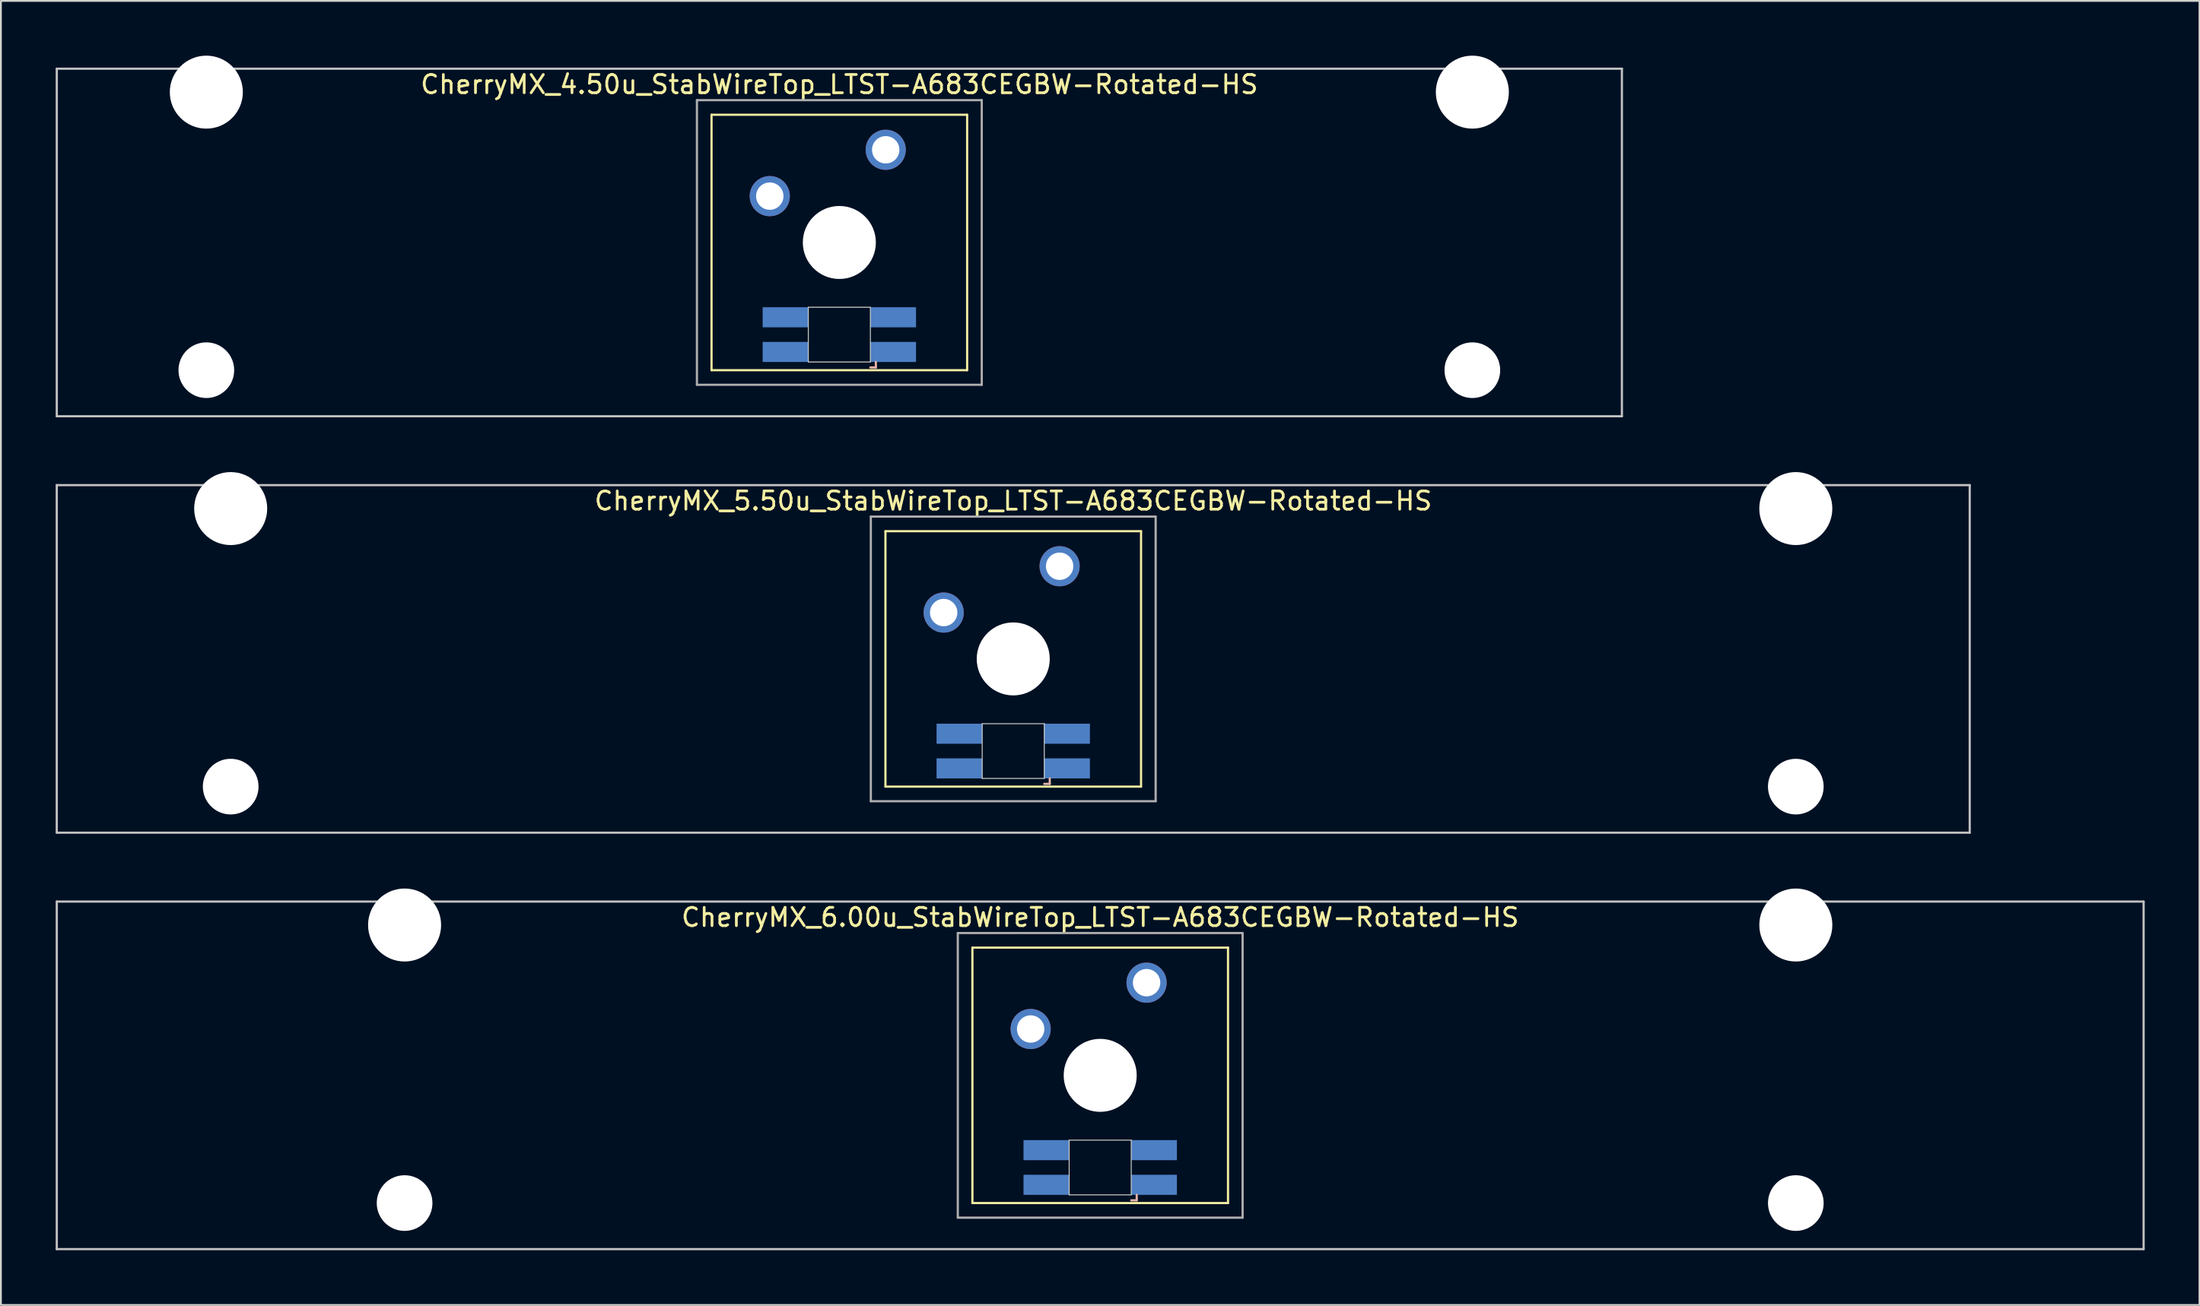
<source format=kicad_pcb>
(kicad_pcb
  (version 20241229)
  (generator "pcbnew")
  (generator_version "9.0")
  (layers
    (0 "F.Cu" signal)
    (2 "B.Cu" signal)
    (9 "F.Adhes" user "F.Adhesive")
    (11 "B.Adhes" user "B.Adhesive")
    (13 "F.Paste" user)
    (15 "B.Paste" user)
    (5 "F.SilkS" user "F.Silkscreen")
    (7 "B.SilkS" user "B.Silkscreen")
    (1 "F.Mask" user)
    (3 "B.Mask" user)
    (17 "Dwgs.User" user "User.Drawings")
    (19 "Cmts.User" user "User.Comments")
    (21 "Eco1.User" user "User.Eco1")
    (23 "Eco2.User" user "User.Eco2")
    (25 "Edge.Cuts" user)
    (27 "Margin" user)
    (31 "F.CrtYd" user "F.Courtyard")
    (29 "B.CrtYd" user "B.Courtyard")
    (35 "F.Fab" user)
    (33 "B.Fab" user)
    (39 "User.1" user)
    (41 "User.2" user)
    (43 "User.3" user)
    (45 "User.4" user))
  (footprint "CherryMX_5.50u_StabWireTop_LTST-A683CEGBW-Rotated-HS"
    (layer "F.Cu")
    (at 52.447 33.065)
    (property "Reference" "CherryMX_5.50u_StabWireTop_LTST-A683CEGBW-Rotated-HS" (at 0 -8.662 0) (layer "F.SilkS") (effects (font (size 1 1) (thickness 0.15))))
    (attr through_hole)
    (fp_line (start -7 -7) (end -7 7) (stroke (width 0.12) (type solid)) (layer "F.SilkS"))
    (fp_line (start -7 -7) (end 7 -7) (stroke (width 0.12) (type solid)) (layer "F.SilkS"))
    (fp_line (start 7 -7) (end 7 7) (stroke (width 0.12) (type solid)) (layer "F.SilkS"))
    (fp_line (start 7 7) (end -7 7) (stroke (width 0.12) (type solid)) (layer "F.SilkS"))
    (fp_line (start 1.7 6.85) (end 2 6.85) (stroke (width 0.12) (type solid)) (layer "B.SilkS"))
    (fp_line (start 2 6.85) (end 2 6.55) (stroke (width 0.12) (type solid)) (layer "B.SilkS"))
    (fp_line (start -52.388 -9.525) (end 52.388 -9.525) (stroke (width 0.12) (type solid)) (layer "Dwgs.User"))
    (fp_line (start -52.388 9.525) (end -52.388 -9.525) (stroke (width 0.12) (type solid)) (layer "Dwgs.User"))
    (fp_line (start 52.388 -9.525) (end 52.388 9.525) (stroke (width 0.12) (type solid)) (layer "Dwgs.User"))
    (fp_line (start 52.388 9.525) (end -52.388 9.525) (stroke (width 0.12) (type solid)) (layer "Dwgs.User"))
    (fp_line (start -1.7 3.55) (end 1.7 3.55) (stroke (width 0.05) (type solid)) (layer "Edge.Cuts"))
    (fp_line (start -1.7 6.55) (end -1.7 3.55) (stroke (width 0.05) (type solid)) (layer "Edge.Cuts"))
    (fp_line (start 1.7 3.55) (end 1.7 6.55) (stroke (width 0.05) (type solid)) (layer "Edge.Cuts"))
    (fp_line (start 1.7 6.55) (end -1.7 6.55) (stroke (width 0.05) (type solid)) (layer "Edge.Cuts"))
    (fp_line (start -7.8 -7.8) (end -7.8 7.8) (stroke (width 0.12) (type solid)) (layer "F.Fab"))
    (fp_line (start -7.8 -7.8) (end 7.8 -7.8) (stroke (width 0.12) (type solid)) (layer "F.Fab"))
    (fp_line (start -7.8 7.8) (end 7.8 7.8) (stroke (width 0.12) (type solid)) (layer "F.Fab"))
    (fp_line (start 7.8 -7.8) (end 7.8 7.8) (stroke (width 0.12) (type solid)) (layer "F.Fab"))
    (pad "" np_thru_hole circle (at -42.862 -8.24) (size 4 4) (drill 4) (layers "*.Cu" "*.Mask"))
    (pad "" np_thru_hole circle (at -42.862 7) (size 3.05 3.05) (drill 3.05) (layers "*.Cu" "*.Mask"))
    (pad "" np_thru_hole circle (at 0 0) (size 4 4) (drill 4) (layers "*.Cu" "*.Mask"))
    (pad "" np_thru_hole circle (at 42.862 -8.24) (size 4 4) (drill 4) (layers "*.Cu" "*.Mask"))
    (pad "" np_thru_hole circle (at 42.862 7) (size 3.05 3.05) (drill 3.05) (layers "*.Cu" "*.Mask"))
    (pad "1" thru_hole circle (at -3.81 -2.54) (size 2.2 2.2) (drill 1.5) (layers "*.Cu" "*.Mask"))
    (pad "2" thru_hole circle (at 2.54 -5.08) (size 2.2 2.2) (drill 1.5) (layers "*.Cu" "*.Mask"))
    (pad "3" smd rect (at 2.95 6) (size 2.5 1.1) (layers "B.Cu" "B.Mask" "B.Paste"))
    (pad "4" smd rect (at 2.95 4.1) (size 2.5 1.1) (layers "B.Cu" "B.Mask" "B.Paste"))
    (pad "5" smd rect (at -2.95 6) (size 2.5 1.1) (layers "B.Cu" "B.Mask" "B.Paste"))
    (pad "6" smd rect (at -2.95 4.1) (size 2.5 1.1) (layers "B.Cu" "B.Mask" "B.Paste")))
  (footprint "CherryMX_6.00u_StabWireTop_LTST-A683CEGBW-Rotated-HS"
    (layer "F.Cu")
    (at 57.21 55.89)
    (property "Reference" "CherryMX_6.00u_StabWireTop_LTST-A683CEGBW-Rotated-HS" (at 0 -8.662 0) (layer "F.SilkS") (effects (font (size 1 1) (thickness 0.15))))
    (attr through_hole)
    (fp_line (start -7 -7) (end -7 7) (stroke (width 0.12) (type solid)) (layer "F.SilkS"))
    (fp_line (start -7 -7) (end 7 -7) (stroke (width 0.12) (type solid)) (layer "F.SilkS"))
    (fp_line (start 7 -7) (end 7 7) (stroke (width 0.12) (type solid)) (layer "F.SilkS"))
    (fp_line (start 7 7) (end -7 7) (stroke (width 0.12) (type solid)) (layer "F.SilkS"))
    (fp_line (start 1.7 6.85) (end 2 6.85) (stroke (width 0.12) (type solid)) (layer "B.SilkS"))
    (fp_line (start 2 6.85) (end 2 6.55) (stroke (width 0.12) (type solid)) (layer "B.SilkS"))
    (fp_line (start -57.15 -9.525) (end 57.15 -9.525) (stroke (width 0.12) (type solid)) (layer "Dwgs.User"))
    (fp_line (start -57.15 9.525) (end -57.15 -9.525) (stroke (width 0.12) (type solid)) (layer "Dwgs.User"))
    (fp_line (start 57.15 -9.525) (end 57.15 9.525) (stroke (width 0.12) (type solid)) (layer "Dwgs.User"))
    (fp_line (start 57.15 9.525) (end -57.15 9.525) (stroke (width 0.12) (type solid)) (layer "Dwgs.User"))
    (fp_line (start -1.7 3.55) (end 1.7 3.55) (stroke (width 0.05) (type solid)) (layer "Edge.Cuts"))
    (fp_line (start -1.7 6.55) (end -1.7 3.55) (stroke (width 0.05) (type solid)) (layer "Edge.Cuts"))
    (fp_line (start 1.7 3.55) (end 1.7 6.55) (stroke (width 0.05) (type solid)) (layer "Edge.Cuts"))
    (fp_line (start 1.7 6.55) (end -1.7 6.55) (stroke (width 0.05) (type solid)) (layer "Edge.Cuts"))
    (fp_line (start -7.8 -7.8) (end -7.8 7.8) (stroke (width 0.12) (type solid)) (layer "F.Fab"))
    (fp_line (start -7.8 -7.8) (end 7.8 -7.8) (stroke (width 0.12) (type solid)) (layer "F.Fab"))
    (fp_line (start -7.8 7.8) (end 7.8 7.8) (stroke (width 0.12) (type solid)) (layer "F.Fab"))
    (fp_line (start 7.8 -7.8) (end 7.8 7.8) (stroke (width 0.12) (type solid)) (layer "F.Fab"))
    (pad "" np_thru_hole circle (at -38.1 -8.24) (size 4 4) (drill 4) (layers "*.Cu" "*.Mask"))
    (pad "" np_thru_hole circle (at -38.1 7) (size 3.05 3.05) (drill 3.05) (layers "*.Cu" "*.Mask"))
    (pad "" np_thru_hole circle (at 0 0) (size 4 4) (drill 4) (layers "*.Cu" "*.Mask"))
    (pad "" np_thru_hole circle (at 38.1 -8.24) (size 4 4) (drill 4) (layers "*.Cu" "*.Mask"))
    (pad "" np_thru_hole circle (at 38.1 7) (size 3.05 3.05) (drill 3.05) (layers "*.Cu" "*.Mask"))
    (pad "1" thru_hole circle (at -3.81 -2.54) (size 2.2 2.2) (drill 1.5) (layers "*.Cu" "*.Mask"))
    (pad "2" thru_hole circle (at 2.54 -5.08) (size 2.2 2.2) (drill 1.5) (layers "*.Cu" "*.Mask"))
    (pad "3" smd rect (at 2.95 6) (size 2.5 1.1) (layers "B.Cu" "B.Mask" "B.Paste"))
    (pad "4" smd rect (at 2.95 4.1) (size 2.5 1.1) (layers "B.Cu" "B.Mask" "B.Paste"))
    (pad "5" smd rect (at -2.95 6) (size 2.5 1.1) (layers "B.Cu" "B.Mask" "B.Paste"))
    (pad "6" smd rect (at -2.95 4.1) (size 2.5 1.1) (layers "B.Cu" "B.Mask" "B.Paste")))
  (footprint "CherryMX_4.50u_StabWireTop_LTST-A683CEGBW-Rotated-HS"
    (layer "F.Cu")
    (at 42.922 10.24)
    (property "Reference" "CherryMX_4.50u_StabWireTop_LTST-A683CEGBW-Rotated-HS" (at 0 -8.662 0) (layer "F.SilkS") (effects (font (size 1 1) (thickness 0.15))))
    (attr through_hole)
    (fp_line (start -7 -7) (end -7 7) (stroke (width 0.12) (type solid)) (layer "F.SilkS"))
    (fp_line (start -7 -7) (end 7 -7) (stroke (width 0.12) (type solid)) (layer "F.SilkS"))
    (fp_line (start 7 -7) (end 7 7) (stroke (width 0.12) (type solid)) (layer "F.SilkS"))
    (fp_line (start 7 7) (end -7 7) (stroke (width 0.12) (type solid)) (layer "F.SilkS"))
    (fp_line (start 1.7 6.85) (end 2 6.85) (stroke (width 0.12) (type solid)) (layer "B.SilkS"))
    (fp_line (start 2 6.85) (end 2 6.55) (stroke (width 0.12) (type solid)) (layer "B.SilkS"))
    (fp_line (start -42.862 -9.525) (end 42.862 -9.525) (stroke (width 0.12) (type solid)) (layer "Dwgs.User"))
    (fp_line (start -42.862 9.525) (end -42.862 -9.525) (stroke (width 0.12) (type solid)) (layer "Dwgs.User"))
    (fp_line (start 42.862 -9.525) (end 42.862 9.525) (stroke (width 0.12) (type solid)) (layer "Dwgs.User"))
    (fp_line (start 42.862 9.525) (end -42.862 9.525) (stroke (width 0.12) (type solid)) (layer "Dwgs.User"))
    (fp_line (start -1.7 3.55) (end 1.7 3.55) (stroke (width 0.05) (type solid)) (layer "Edge.Cuts"))
    (fp_line (start -1.7 6.55) (end -1.7 3.55) (stroke (width 0.05) (type solid)) (layer "Edge.Cuts"))
    (fp_line (start 1.7 3.55) (end 1.7 6.55) (stroke (width 0.05) (type solid)) (layer "Edge.Cuts"))
    (fp_line (start 1.7 6.55) (end -1.7 6.55) (stroke (width 0.05) (type solid)) (layer "Edge.Cuts"))
    (fp_line (start -7.8 -7.8) (end -7.8 7.8) (stroke (width 0.12) (type solid)) (layer "F.Fab"))
    (fp_line (start -7.8 -7.8) (end 7.8 -7.8) (stroke (width 0.12) (type solid)) (layer "F.Fab"))
    (fp_line (start -7.8 7.8) (end 7.8 7.8) (stroke (width 0.12) (type solid)) (layer "F.Fab"))
    (fp_line (start 7.8 -7.8) (end 7.8 7.8) (stroke (width 0.12) (type solid)) (layer "F.Fab"))
    (pad "" np_thru_hole circle (at -34.671 -8.24) (size 4 4) (drill 4) (layers "*.Cu" "*.Mask"))
    (pad "" np_thru_hole circle (at -34.671 7) (size 3.05 3.05) (drill 3.05) (layers "*.Cu" "*.Mask"))
    (pad "" np_thru_hole circle (at 0 0) (size 4 4) (drill 4) (layers "*.Cu" "*.Mask"))
    (pad "" np_thru_hole circle (at 34.671 -8.24) (size 4 4) (drill 4) (layers "*.Cu" "*.Mask"))
    (pad "" np_thru_hole circle (at 34.671 7) (size 3.05 3.05) (drill 3.05) (layers "*.Cu" "*.Mask"))
    (pad "1" thru_hole circle (at -3.81 -2.54) (size 2.2 2.2) (drill 1.5) (layers "*.Cu" "*.Mask"))
    (pad "2" thru_hole circle (at 2.54 -5.08) (size 2.2 2.2) (drill 1.5) (layers "*.Cu" "*.Mask"))
    (pad "3" smd rect (at 2.95 6) (size 2.5 1.1) (layers "B.Cu" "B.Mask" "B.Paste"))
    (pad "4" smd rect (at 2.95 4.1) (size 2.5 1.1) (layers "B.Cu" "B.Mask" "B.Paste"))
    (pad "5" smd rect (at -2.95 6) (size 2.5 1.1) (layers "B.Cu" "B.Mask" "B.Paste"))
    (pad "6" smd rect (at -2.95 4.1) (size 2.5 1.1) (layers "B.Cu" "B.Mask" "B.Paste")))
  (gr_rect
    (start -3 -3)
    (end 117.42 68.475)
    (stroke (width 0.1) (type default))
    (fill no)
    (layer "Edge.Cuts")))
</source>
